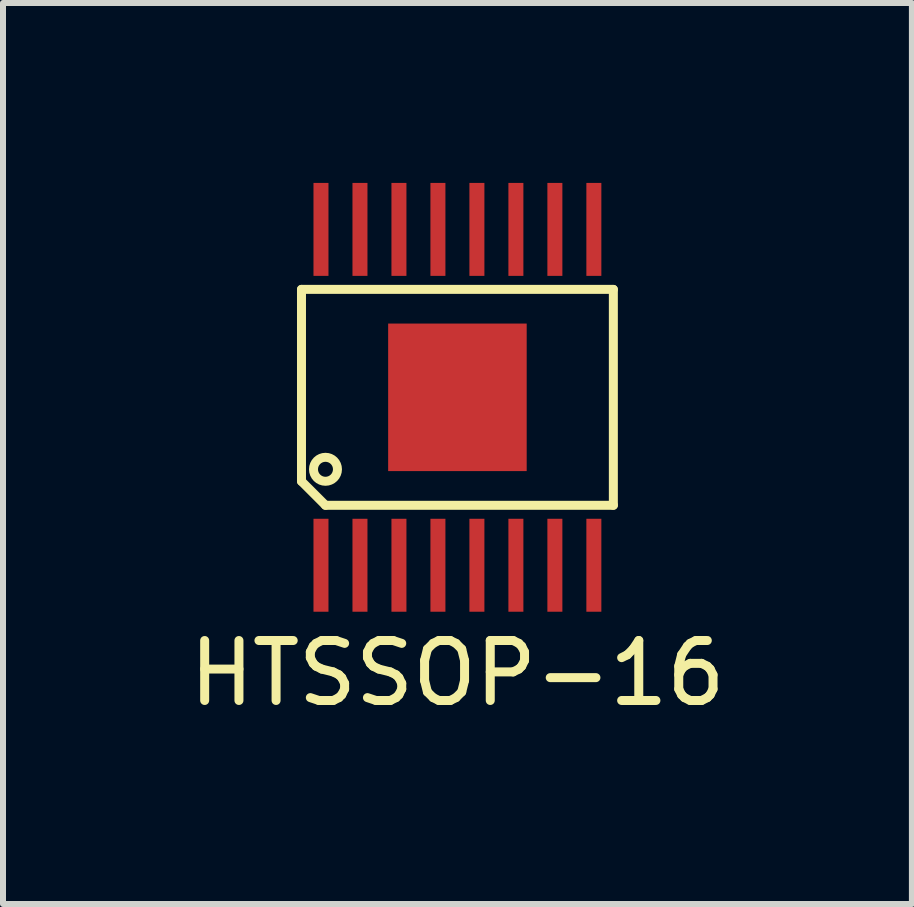
<source format=kicad_pcb>
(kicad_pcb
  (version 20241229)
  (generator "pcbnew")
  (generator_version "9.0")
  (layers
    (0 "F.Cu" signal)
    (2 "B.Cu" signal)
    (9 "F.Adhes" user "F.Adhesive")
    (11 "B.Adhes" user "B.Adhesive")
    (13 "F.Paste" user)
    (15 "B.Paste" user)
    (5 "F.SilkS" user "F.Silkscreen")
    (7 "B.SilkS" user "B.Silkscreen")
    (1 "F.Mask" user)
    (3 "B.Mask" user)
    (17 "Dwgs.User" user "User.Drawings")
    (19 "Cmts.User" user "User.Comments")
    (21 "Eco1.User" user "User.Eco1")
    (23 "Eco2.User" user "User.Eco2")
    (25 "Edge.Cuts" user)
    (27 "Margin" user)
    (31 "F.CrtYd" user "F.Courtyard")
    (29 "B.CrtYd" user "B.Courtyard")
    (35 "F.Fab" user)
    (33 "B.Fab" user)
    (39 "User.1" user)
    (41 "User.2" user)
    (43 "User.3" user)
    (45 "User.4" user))
  (footprint "HTSSOP-16"
    (layer "F.Cu")
    (at 4.577 3.575)
    (property "Reference" "HTSSOP-16" (at 0 4.6 0) (layer "F.SilkS") (effects (font (size 1 1) (thickness 0.15))))
    (attr through_hole)
    (fp_line (start -2.6 -1.8) (end 2.6 -1.8) (stroke (width 0.15) (type solid)) (layer "F.SilkS"))
    (fp_line (start -2.6 1.4) (end -2.6 -1.8) (stroke (width 0.15) (type solid)) (layer "F.SilkS"))
    (fp_line (start -2.2 1.8) (end -2.6 1.4) (stroke (width 0.15) (type solid)) (layer "F.SilkS"))
    (fp_line (start 2.6 -1.8) (end 2.6 1.8) (stroke (width 0.15) (type solid)) (layer "F.SilkS"))
    (fp_line (start 2.6 1.8) (end -2.2 1.8) (stroke (width 0.15) (type solid)) (layer "F.SilkS"))
    (fp_circle (center -2.2 1.2) (end -2 1.2) (stroke (width 0.15) (type solid)) (fill no) (layer "F.SilkS"))
    (pad "1" smd rect (at -2.275 2.8) (size 0.25 1.55) (layers "F.Cu" "F.Mask" "F.Paste"))
    (pad "2" smd rect (at -1.625 2.8) (size 0.25 1.55) (layers "F.Cu" "F.Mask" "F.Paste"))
    (pad "3" smd rect (at -0.975 2.8) (size 0.25 1.55) (layers "F.Cu" "F.Mask" "F.Paste"))
    (pad "4" smd rect (at -0.325 2.8) (size 0.25 1.55) (layers "F.Cu" "F.Mask" "F.Paste"))
    (pad "5" smd rect (at 0.325 2.8) (size 0.25 1.55) (layers "F.Cu" "F.Mask" "F.Paste"))
    (pad "6" smd rect (at 0.975 2.8) (size 0.25 1.55) (layers "F.Cu" "F.Mask" "F.Paste"))
    (pad "7" smd rect (at 1.625 2.8) (size 0.25 1.55) (layers "F.Cu" "F.Mask" "F.Paste"))
    (pad "8" smd rect (at 2.275 2.8) (size 0.25 1.55) (layers "F.Cu" "F.Mask" "F.Paste"))
    (pad "9" smd rect (at 2.275 -2.8) (size 0.25 1.55) (layers "F.Cu" "F.Mask" "F.Paste"))
    (pad "10" smd rect (at 1.625 -2.8) (size 0.25 1.55) (layers "F.Cu" "F.Mask" "F.Paste"))
    (pad "11" smd rect (at 0.975 -2.8) (size 0.25 1.55) (layers "F.Cu" "F.Mask" "F.Paste"))
    (pad "12" smd rect (at 0.325 -2.8) (size 0.25 1.55) (layers "F.Cu" "F.Mask" "F.Paste"))
    (pad "13" smd rect (at -0.325 -2.8) (size 0.25 1.55) (layers "F.Cu" "F.Mask" "F.Paste"))
    (pad "13" smd rect (at 0 0) (size 2.31 2.46) (layers "F.Cu" "F.Mask" "F.Paste"))
    (pad "14" smd rect (at -0.975 -2.8) (size 0.25 1.55) (layers "F.Cu" "F.Mask" "F.Paste"))
    (pad "15" smd rect (at -1.625 -2.8) (size 0.25 1.55) (layers "F.Cu" "F.Mask" "F.Paste"))
    (pad "16" smd rect (at -2.275 -2.8) (size 0.25 1.55) (layers "F.Cu" "F.Mask" "F.Paste")))
  (gr_rect
    (start -3 -3)
    (end 12.155 12.023)
    (stroke (width 0.1) (type default))
    (fill no)
    (layer "Edge.Cuts")))
</source>
